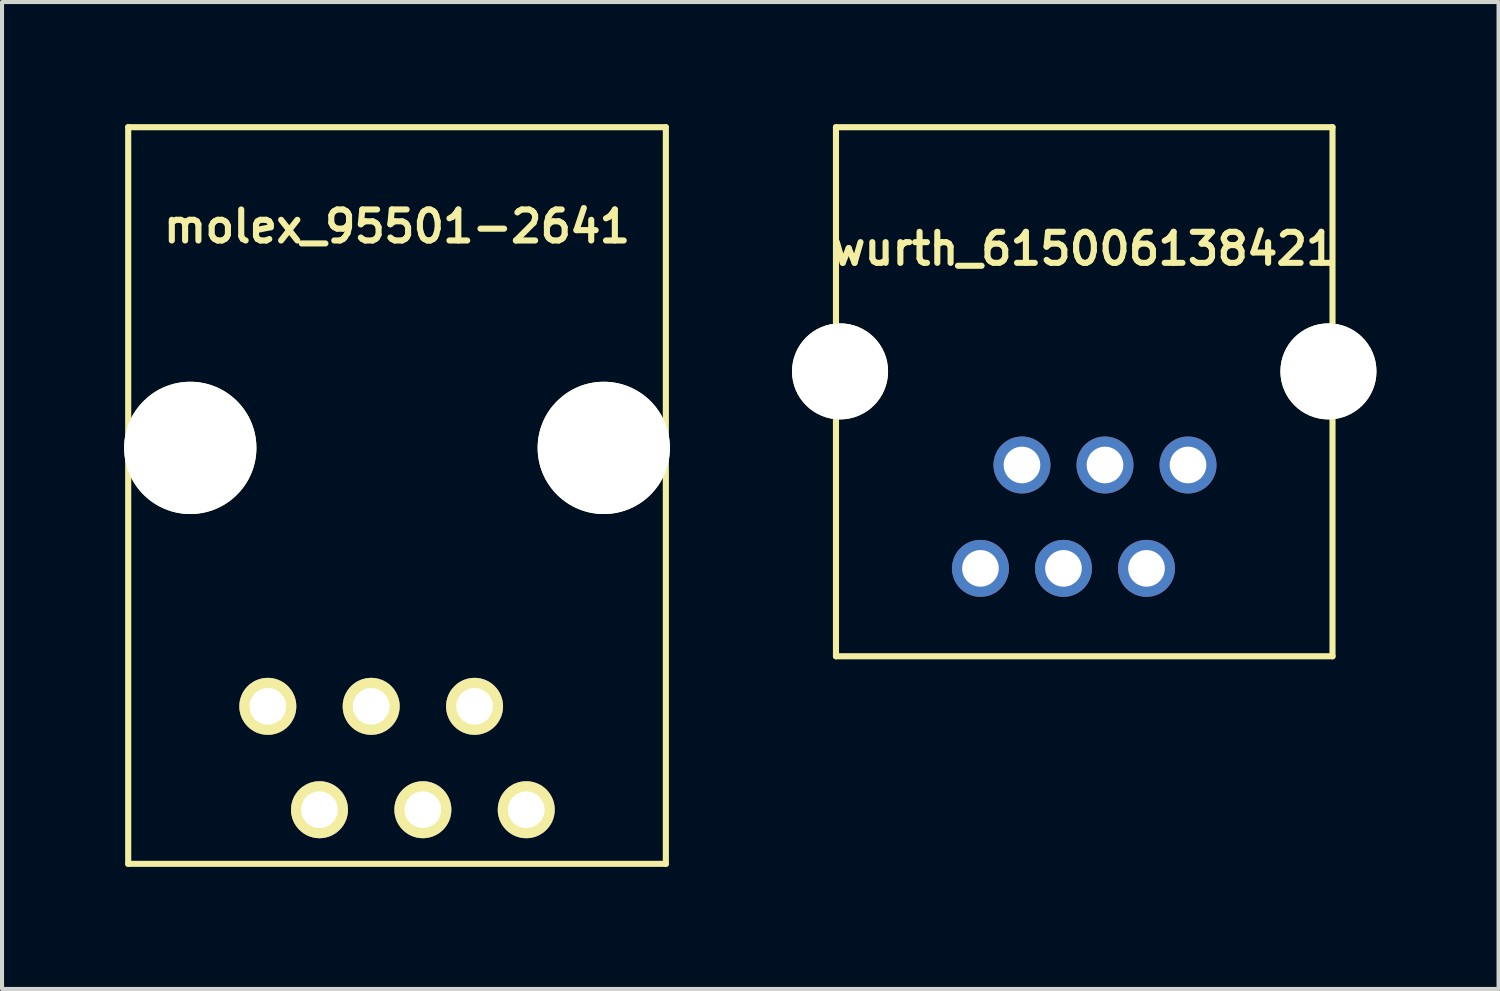
<source format=kicad_pcb>
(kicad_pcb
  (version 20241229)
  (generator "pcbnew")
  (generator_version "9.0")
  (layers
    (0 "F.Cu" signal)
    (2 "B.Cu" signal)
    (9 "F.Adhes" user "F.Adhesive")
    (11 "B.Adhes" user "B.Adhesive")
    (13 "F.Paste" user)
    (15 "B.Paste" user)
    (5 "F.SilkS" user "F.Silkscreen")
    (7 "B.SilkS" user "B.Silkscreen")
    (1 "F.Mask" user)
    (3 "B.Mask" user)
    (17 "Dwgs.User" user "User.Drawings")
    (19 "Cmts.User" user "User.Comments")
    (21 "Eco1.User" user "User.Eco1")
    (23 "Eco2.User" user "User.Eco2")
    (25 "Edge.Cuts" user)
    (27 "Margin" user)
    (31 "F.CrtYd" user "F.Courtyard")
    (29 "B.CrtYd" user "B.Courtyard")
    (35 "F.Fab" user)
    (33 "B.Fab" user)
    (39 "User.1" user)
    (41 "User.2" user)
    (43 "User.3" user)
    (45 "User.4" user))
  (footprint "molex_95501-2641"
    (layer "F.Cu")
    (at 6.705 7.955)
    (property "Reference" "molex_95501-2641" (at 0 -5.441 0) (layer "F.SilkS") (effects (font (size 0.762 0.762) (thickness 0.15))))
    (attr through_hole)
    (fp_line (start -6.605 -7.88) (end -6.605 10.22) (stroke (width 0.15) (type solid)) (layer "F.SilkS"))
    (fp_line (start -6.605 -7.88) (end 6.605 -7.88) (stroke (width 0.15) (type solid)) (layer "F.SilkS"))
    (fp_line (start -6.605 10.22) (end 6.605 10.22) (stroke (width 0.15) (type solid)) (layer "F.SilkS"))
    (fp_line (start 6.605 10.22) (end 6.605 -7.88) (stroke (width 0.15) (type solid)) (layer "F.SilkS"))
    (pad "" np_thru_hole circle (at -5.08 0) (size 3.25 3.25) (drill 3.25) (layers "*.Cu" "*.Mask" "F.SilkS"))
    (pad "" np_thru_hole circle (at 5.08 0) (size 3.25 3.25) (drill 3.25) (layers "*.Cu" "*.Mask" "F.SilkS"))
    (pad "1" thru_hole circle (at 3.175 8.89) (size 1.4 1.4) (drill 0.9) (layers "*.Cu" "*.Mask" "F.SilkS"))
    (pad "2" thru_hole circle (at 1.905 6.35) (size 1.4 1.4) (drill 0.9) (layers "*.Cu" "*.Mask" "F.SilkS"))
    (pad "3" thru_hole circle (at 0.635 8.89) (size 1.4 1.4) (drill 0.9) (layers "*.Cu" "*.Mask" "F.SilkS"))
    (pad "4" thru_hole circle (at -0.635 6.35) (size 1.4 1.4) (drill 0.9) (layers "*.Cu" "*.Mask" "F.SilkS"))
    (pad "5" thru_hole circle (at -1.905 8.89) (size 1.4 1.4) (drill 0.9) (layers "*.Cu" "*.Mask" "F.SilkS"))
    (pad "6" thru_hole circle (at -3.175 6.35) (size 1.4 1.4) (drill 0.9) (layers "*.Cu" "*.Mask" "F.SilkS")))
  (footprint "wurth_615006138421"
    (layer "F.Cu")
    (at 23.59 6.075)
    (property "Reference" "wurth_615006138421" (at 0 -3.012 0) (layer "F.SilkS") (effects (font (size 0.762 0.762) (thickness 0.15))))
    (attr through_hole)
    (fp_line (start -6.1 -6) (end -6.1 7) (stroke (width 0.15) (type solid)) (layer "F.SilkS"))
    (fp_line (start -6.1 -6) (end 6.1 -6) (stroke (width 0.15) (type solid)) (layer "F.SilkS"))
    (fp_line (start -6.1 7) (end 6.1 7) (stroke (width 0.15) (type solid)) (layer "F.SilkS"))
    (fp_line (start 6.1 7) (end 6.1 -6) (stroke (width 0.15) (type solid)) (layer "F.SilkS"))
    (pad "" np_thru_hole circle (at -6 0) (size 2.36 2.36) (drill 2.36) (layers "*.Cu" "*.Mask" "F.SilkS"))
    (pad "" np_thru_hole circle (at 6 0) (size 2.36 2.36) (drill 2.36) (layers "*.Cu" "*.Mask" "F.SilkS"))
    (pad "1" thru_hole circle (at -2.55 4.84) (size 1.4 1.4) (drill 0.9) (layers "*.Cu" "*.Mask"))
    (pad "2" thru_hole circle (at -1.53 2.3) (size 1.4 1.4) (drill 0.9) (layers "*.Cu" "*.Mask"))
    (pad "3" thru_hole circle (at -0.51 4.84) (size 1.4 1.4) (drill 0.9) (layers "*.Cu" "*.Mask"))
    (pad "4" thru_hole circle (at 0.51 2.3) (size 1.4 1.4) (drill 0.9) (layers "*.Cu" "*.Mask"))
    (pad "5" thru_hole circle (at 1.53 4.84) (size 1.4 1.4) (drill 0.9) (layers "*.Cu" "*.Mask"))
    (pad "6" thru_hole circle (at 2.55 2.3) (size 1.4 1.4) (drill 0.9) (layers "*.Cu" "*.Mask")))
  (gr_rect
    (start -3 -3)
    (end 33.77 21.25)
    (stroke (width 0.1) (type default))
    (fill no)
    (layer "Edge.Cuts")))
</source>
